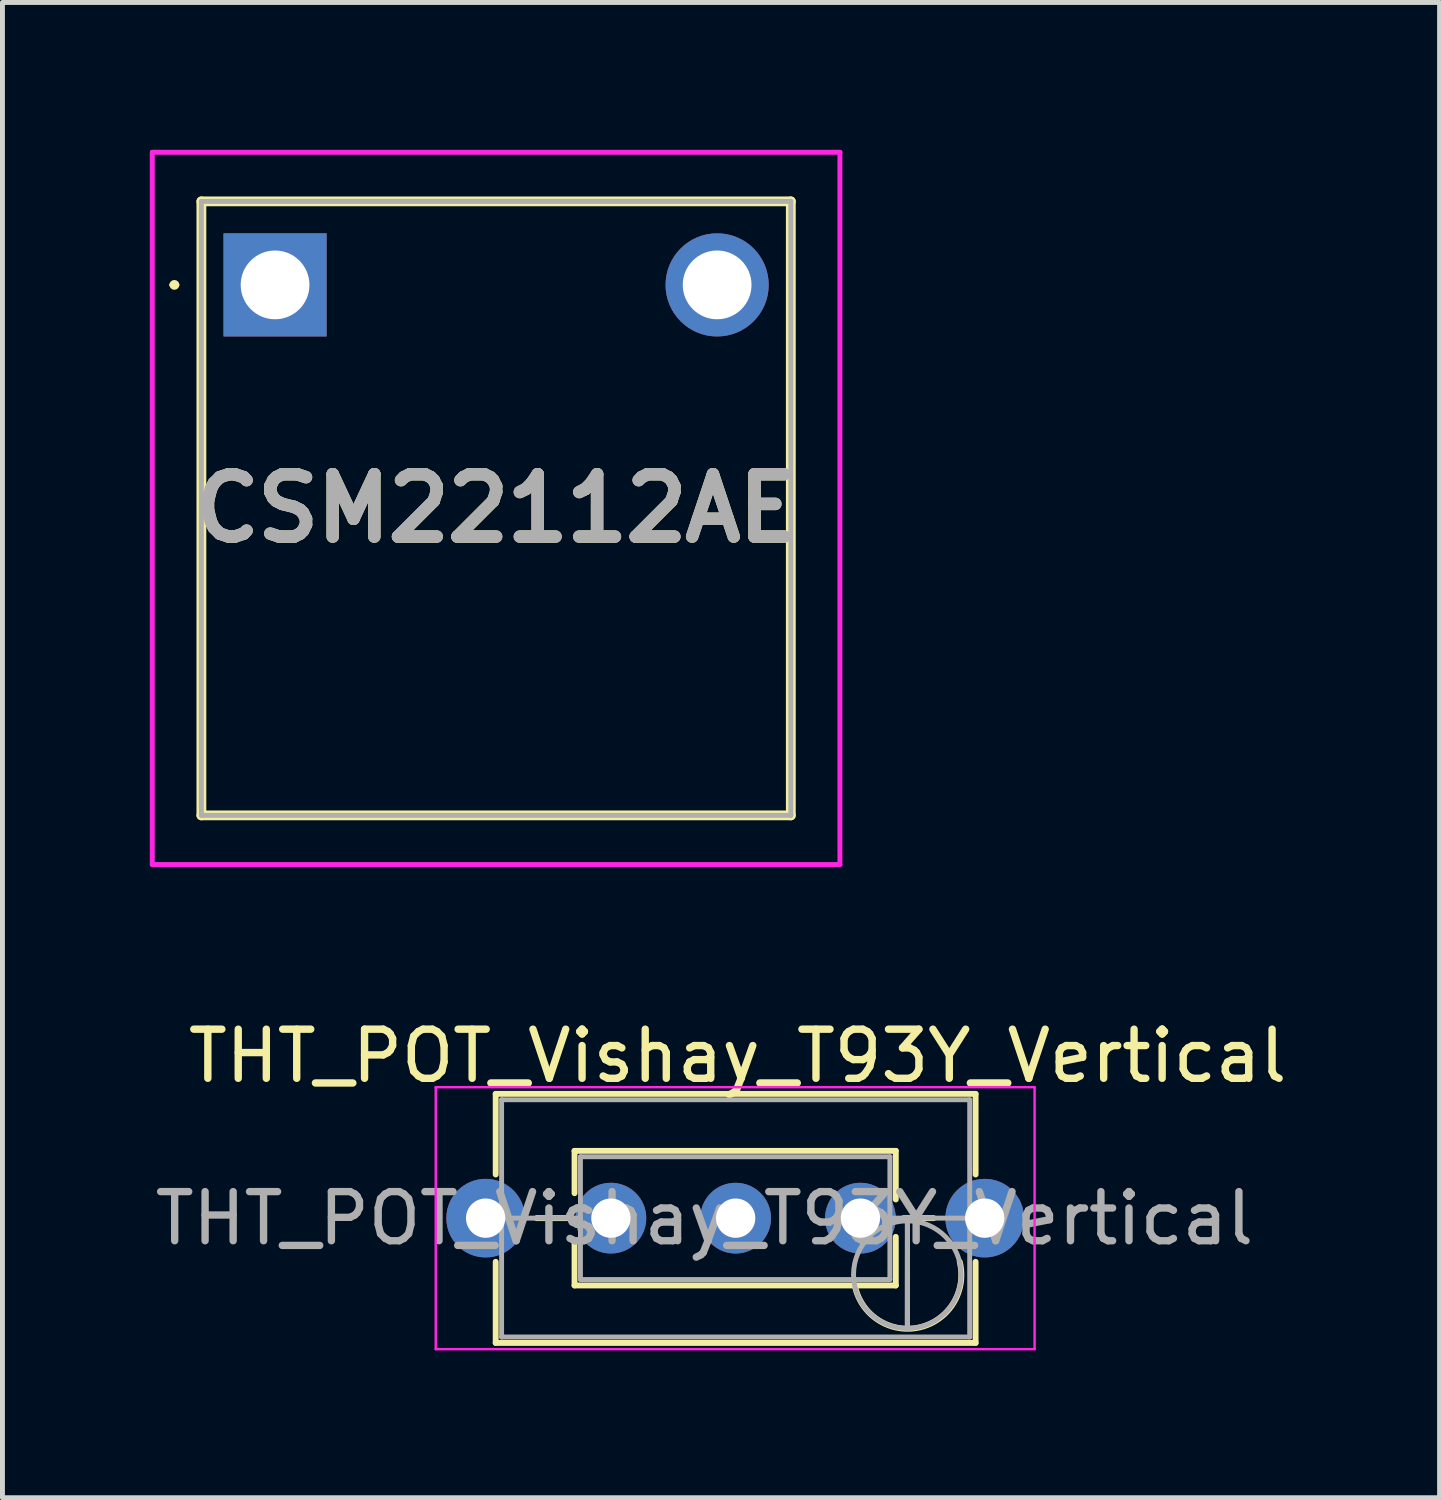
<source format=kicad_pcb>
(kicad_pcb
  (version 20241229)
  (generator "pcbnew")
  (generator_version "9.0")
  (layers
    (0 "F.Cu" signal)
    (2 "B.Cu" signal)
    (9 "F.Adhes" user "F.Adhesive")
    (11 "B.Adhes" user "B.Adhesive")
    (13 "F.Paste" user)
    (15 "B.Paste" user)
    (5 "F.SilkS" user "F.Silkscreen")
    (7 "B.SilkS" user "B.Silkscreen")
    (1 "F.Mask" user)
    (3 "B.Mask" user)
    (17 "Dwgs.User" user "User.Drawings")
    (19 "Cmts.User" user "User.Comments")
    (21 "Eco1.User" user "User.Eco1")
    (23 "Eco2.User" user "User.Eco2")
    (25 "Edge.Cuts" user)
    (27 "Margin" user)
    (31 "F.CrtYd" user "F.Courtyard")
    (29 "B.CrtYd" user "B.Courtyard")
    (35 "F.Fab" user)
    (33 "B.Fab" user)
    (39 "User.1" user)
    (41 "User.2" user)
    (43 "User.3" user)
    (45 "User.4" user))
  (footprint "CSM22112AE"
    (layer "F.Cu")
    (at 2.55 2.75)
    (property "Reference" "CSM22112AE" (at 4.5 4.55 0) (layer "F.SilkS") (effects (font (size 1.27 1.27) (thickness 0.254))))
    (attr through_hole)
    (fp_line (start -2.1 0) (end -2.1 0) (stroke (width 0.1) (type solid)) (layer "F.SilkS"))
    (fp_line (start -2 0) (end -2 0) (stroke (width 0.1) (type solid)) (layer "F.SilkS"))
    (fp_line (start -1.5 -1.7) (end 10.5 -1.7) (stroke (width 0.2) (type solid)) (layer "F.SilkS"))
    (fp_line (start -1.5 10.8) (end -1.5 -1.7) (stroke (width 0.2) (type solid)) (layer "F.SilkS"))
    (fp_line (start 10.5 -1.7) (end 10.5 10.8) (stroke (width 0.2) (type solid)) (layer "F.SilkS"))
    (fp_line (start 10.5 10.8) (end -1.5 10.8) (stroke (width 0.2) (type solid)) (layer "F.SilkS"))
    (fp_arc (start -2.1 0) (mid -2.05 -0.05) (end -2 0) (stroke (width 0.1) (type solid)) (layer "F.SilkS"))
    (fp_arc (start -2 0) (mid -2.05 0.05) (end -2.1 0) (stroke (width 0.1) (type solid)) (layer "F.SilkS"))
    (fp_line (start -2.5 -2.7) (end 11.5 -2.7) (stroke (width 0.1) (type solid)) (layer "F.CrtYd"))
    (fp_line (start -2.5 11.8) (end -2.5 -2.7) (stroke (width 0.1) (type solid)) (layer "F.CrtYd"))
    (fp_line (start 11.5 -2.7) (end 11.5 11.8) (stroke (width 0.1) (type solid)) (layer "F.CrtYd"))
    (fp_line (start 11.5 11.8) (end -2.5 11.8) (stroke (width 0.1) (type solid)) (layer "F.CrtYd"))
    (fp_line (start -1.5 -1.7) (end 10.5 -1.7) (stroke (width 0.1) (type solid)) (layer "F.Fab"))
    (fp_line (start -1.5 10.8) (end -1.5 -1.7) (stroke (width 0.1) (type solid)) (layer "F.Fab"))
    (fp_line (start 10.5 -1.7) (end 10.5 10.8) (stroke (width 0.1) (type solid)) (layer "F.Fab"))
    (fp_line (start 10.5 10.8) (end -1.5 10.8) (stroke (width 0.1) (type solid)) (layer "F.Fab"))
    (fp_text user "${REFERENCE}" (at 4.5 4.55 0) (layer "F.Fab") (effects (font (size 1.27 1.27) (thickness 0.254))))
    (pad "1" thru_hole rect (at 0 0) (size 2.1 2.1) (drill 1.4) (layers "*.Cu" "*.Mask"))
    (pad "2" thru_hole circle (at 9 0) (size 2.1 2.1) (drill 1.4) (layers "*.Cu" "*.Mask")))
  (footprint "THT_POT_Vishay_T93Y_Vertical"
    (layer "F.Cu")
    (at 6.837 21.75)
    (property "Reference" "THT_POT_Vishay_T93Y_Vertical" (at 5.13 -3.302 0) (layer "F.SilkS") (effects (font (size 1 1) (thickness 0.15))))
    (attr through_hole)
    (fp_line (start 0.205 -2.53) (end 0.205 -0.889) (stroke (width 0.12) (type solid)) (layer "F.SilkS"))
    (fp_line (start 0.205 -2.53) (end 9.975 -2.53) (stroke (width 0.12) (type solid)) (layer "F.SilkS"))
    (fp_line (start 0.205 0.889) (end 0.205 2.54) (stroke (width 0.12) (type solid)) (layer "F.SilkS"))
    (fp_line (start 0.205 2.54) (end 9.975 2.54) (stroke (width 0.12) (type solid)) (layer "F.SilkS"))
    (fp_line (start 1.04 0) (end 1.651 0) (stroke (width 0.12) (type solid)) (layer "F.SilkS"))
    (fp_line (start 1.81 -1.37) (end 1.81 -0.508) (stroke (width 0.12) (type solid)) (layer "F.SilkS"))
    (fp_line (start 1.81 0.508) (end 1.81 1.37) (stroke (width 0.12) (type solid)) (layer "F.SilkS"))
    (fp_line (start 1.81 1.37) (end 8.35 1.37) (stroke (width 0.12) (type solid)) (layer "F.SilkS"))
    (fp_line (start 8.35 -1.37) (end 1.81 -1.37) (stroke (width 0.12) (type solid)) (layer "F.SilkS"))
    (fp_line (start 8.35 -0.381) (end 8.35 -1.37) (stroke (width 0.12) (type solid)) (layer "F.SilkS"))
    (fp_line (start 8.35 1.37) (end 8.35 0.381) (stroke (width 0.12) (type solid)) (layer "F.SilkS"))
    (fp_line (start 8.588 2.234) (end 8.588 0.054) (stroke (width 0.1) (type solid)) (layer "F.SilkS"))
    (fp_line (start 9.12 0) (end 8.509 0) (stroke (width 0.12) (type solid)) (layer "F.SilkS"))
    (fp_line (start 9.975 -2.53) (end 9.975 -0.889) (stroke (width 0.12) (type solid)) (layer "F.SilkS"))
    (fp_line (start 9.975 0.889) (end 9.975 2.54) (stroke (width 0.12) (type solid)) (layer "F.SilkS"))
    (fp_arc (start 9.652 0.889) (mid 8.845272 2.213979) (end 7.522853 1.403062) (stroke (width 0.12) (type default)) (layer "F.SilkS"))
    (fp_line (start -1.016 -2.667) (end 11.176 -2.667) (stroke (width 0.05) (type default)) (layer "F.CrtYd"))
    (fp_line (start -1.016 2.667) (end -1.016 -2.667) (stroke (width 0.05) (type default)) (layer "F.CrtYd"))
    (fp_line (start -1.016 2.667) (end 11.176 2.667) (stroke (width 0.05) (type default)) (layer "F.CrtYd"))
    (fp_line (start 11.176 2.667) (end 11.176 -2.667) (stroke (width 0.05) (type default)) (layer "F.CrtYd"))
    (fp_line (start 0 0) (end 1.93 0) (stroke (width 0.1) (type solid)) (layer "F.Fab"))
    (fp_line (start 0.325 -2.41) (end 0.325 2.42) (stroke (width 0.1) (type solid)) (layer "F.Fab"))
    (fp_line (start 0.325 2.42) (end 9.855 2.42) (stroke (width 0.1) (type solid)) (layer "F.Fab"))
    (fp_line (start 1.93 -1.25) (end 1.93 1.25) (stroke (width 0.1) (type solid)) (layer "F.Fab"))
    (fp_line (start 1.93 1.25) (end 8.23 1.25) (stroke (width 0.1) (type solid)) (layer "F.Fab"))
    (fp_line (start 8.23 -1.25) (end 1.93 -1.25) (stroke (width 0.1) (type solid)) (layer "F.Fab"))
    (fp_line (start 8.23 1.25) (end 8.23 -1.25) (stroke (width 0.1) (type solid)) (layer "F.Fab"))
    (fp_line (start 8.585 2.235) (end 8.586 0.066) (stroke (width 0.1) (type solid)) (layer "F.Fab"))
    (fp_line (start 8.585 2.235) (end 8.586 0.066) (stroke (width 0.1) (type solid)) (layer "F.Fab"))
    (fp_line (start 9.855 -2.41) (end 0.325 -2.41) (stroke (width 0.1) (type solid)) (layer "F.Fab"))
    (fp_line (start 9.855 2.42) (end 9.855 -2.41) (stroke (width 0.1) (type solid)) (layer "F.Fab"))
    (fp_line (start 10.16 0) (end 8.23 0) (stroke (width 0.1) (type solid)) (layer "F.Fab"))
    (fp_circle (center 8.585 1.15) (end 9.68 1.15) (stroke (width 0.1) (type solid)) (fill no) (layer "F.Fab"))
    (fp_text user "${REFERENCE}" (at 4.455 0.005 0) (layer "F.Fab") (effects (font (size 1 1) (thickness 0.15))))
    (pad "1" thru_hole circle (at 0 0) (size 1.6 1.6) (drill 0.8) (layers "*.Cu" "*.Mask"))
    (pad "1" thru_hole circle (at 2.55 0) (size 1.44 1.44) (drill 0.8) (layers "*.Cu" "*.Mask"))
    (pad "1" thru_hole circle (at 5.09 0) (size 1.44 1.44) (drill 0.8) (layers "*.Cu" "*.Mask"))
    (pad "2" thru_hole circle (at 7.63 0) (size 1.44 1.44) (drill 0.8) (layers "*.Cu" "*.Mask"))
    (pad "2" thru_hole oval (at 10.16 0) (size 1.6 1.6) (drill 0.8) (layers "*.Cu" "*.Mask")))
  (gr_rect
    (start -3 -3)
    (end 26.258 27.442)
    (stroke (width 0.1) (type default))
    (fill no)
    (layer "Edge.Cuts")))
</source>
